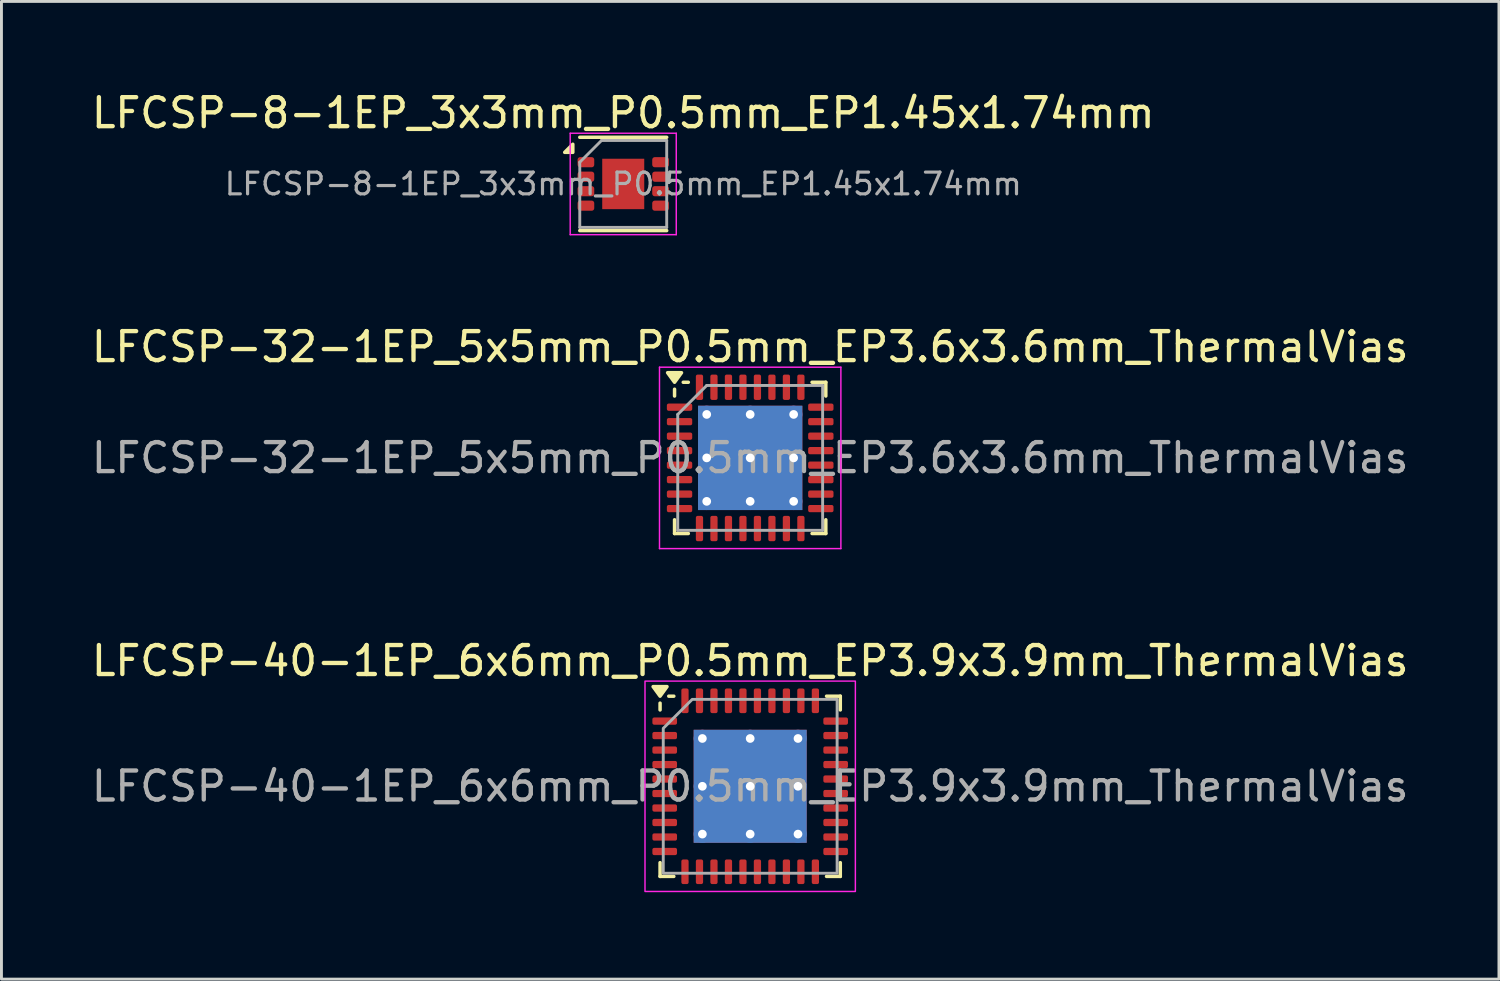
<source format=kicad_pcb>
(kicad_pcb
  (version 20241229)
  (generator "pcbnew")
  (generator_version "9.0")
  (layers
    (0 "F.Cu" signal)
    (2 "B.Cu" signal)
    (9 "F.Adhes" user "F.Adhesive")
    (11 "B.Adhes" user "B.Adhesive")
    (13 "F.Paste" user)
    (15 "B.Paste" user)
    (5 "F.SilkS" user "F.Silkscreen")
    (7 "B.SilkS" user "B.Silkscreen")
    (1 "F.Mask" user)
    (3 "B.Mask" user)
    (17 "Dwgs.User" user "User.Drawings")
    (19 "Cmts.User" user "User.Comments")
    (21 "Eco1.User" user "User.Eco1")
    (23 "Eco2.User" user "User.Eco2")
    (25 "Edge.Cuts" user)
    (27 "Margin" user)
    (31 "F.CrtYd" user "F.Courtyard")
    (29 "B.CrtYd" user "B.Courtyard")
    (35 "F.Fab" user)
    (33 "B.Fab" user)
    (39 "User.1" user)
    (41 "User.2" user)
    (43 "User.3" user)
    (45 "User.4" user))
  (footprint "LFCSP-8-1EP_3x3mm_P0.5mm_EP1.45x1.74mm"
    (layer "F.Cu")
    (at 18.458 3.298)
    (property "Reference" "LFCSP-8-1EP_3x3mm_P0.5mm_EP1.45x1.74mm" (at 0 -2.45 0) (layer "F.SilkS") (effects (font (size 1 1) (thickness 0.15))))
    (attr smd)
    (fp_line (start -1.5 -1.61) (end 1.5 -1.61) (stroke (width 0.12) (type solid)) (layer "F.SilkS"))
    (fp_line (start -1.5 1.61) (end 1.5 1.61) (stroke (width 0.12) (type solid)) (layer "F.SilkS"))
    (fp_poly (pts (xy -1.74 -1.09) (xy -2.02 -1.09) (xy -1.74 -1.37) (xy -1.74 -1.09)) (stroke (width 0.12) (type solid)) (fill yes) (layer "F.SilkS"))
    (fp_line (start -1.83 -1.75) (end -1.83 1.75) (stroke (width 0.05) (type solid)) (layer "F.CrtYd"))
    (fp_line (start -1.83 1.75) (end 1.83 1.75) (stroke (width 0.05) (type solid)) (layer "F.CrtYd"))
    (fp_line (start 1.83 -1.75) (end -1.83 -1.75) (stroke (width 0.05) (type solid)) (layer "F.CrtYd"))
    (fp_line (start 1.83 1.75) (end 1.83 -1.75) (stroke (width 0.05) (type solid)) (layer "F.CrtYd"))
    (fp_line (start -1.5 -0.75) (end -0.75 -1.5) (stroke (width 0.1) (type solid)) (layer "F.Fab"))
    (fp_line (start -1.5 1.5) (end -1.5 -0.75) (stroke (width 0.1) (type solid)) (layer "F.Fab"))
    (fp_line (start -0.75 -1.5) (end 1.5 -1.5) (stroke (width 0.1) (type solid)) (layer "F.Fab"))
    (fp_line (start 1.5 -1.5) (end 1.5 1.5) (stroke (width 0.1) (type solid)) (layer "F.Fab"))
    (fp_line (start 1.5 1.5) (end -1.5 1.5) (stroke (width 0.1) (type solid)) (layer "F.Fab"))
    (fp_text user "${REFERENCE}" (at 0 0 0) (layer "F.Fab") (effects (font (size 0.75 0.75) (thickness 0.11))))
    (pad "" smd roundrect (at -0.365 -0.435) (size 0.58 0.7) (layers "F.Paste") (roundrect_rratio 0.25))
    (pad "" smd roundrect (at -0.365 0.435) (size 0.58 0.7) (layers "F.Paste") (roundrect_rratio 0.25))
    (pad "" smd roundrect (at 0.365 -0.435) (size 0.58 0.7) (layers "F.Paste") (roundrect_rratio 0.25))
    (pad "" smd roundrect (at 0.365 0.435) (size 0.58 0.7) (layers "F.Paste") (roundrect_rratio 0.25))
    (pad "1" smd roundrect (at -1.288 -0.75) (size 0.575 0.35) (layers "F.Cu" "F.Mask" "F.Paste") (roundrect_rratio 0.25))
    (pad "2" smd roundrect (at -1.288 -0.25) (size 0.575 0.35) (layers "F.Cu" "F.Mask" "F.Paste") (roundrect_rratio 0.25))
    (pad "3" smd roundrect (at -1.288 0.25) (size 0.575 0.35) (layers "F.Cu" "F.Mask" "F.Paste") (roundrect_rratio 0.25))
    (pad "4" smd roundrect (at -1.288 0.75) (size 0.575 0.35) (layers "F.Cu" "F.Mask" "F.Paste") (roundrect_rratio 0.25))
    (pad "5" smd roundrect (at 1.288 0.75) (size 0.575 0.35) (layers "F.Cu" "F.Mask" "F.Paste") (roundrect_rratio 0.25))
    (pad "6" smd roundrect (at 1.288 0.25) (size 0.575 0.35) (layers "F.Cu" "F.Mask" "F.Paste") (roundrect_rratio 0.25))
    (pad "7" smd roundrect (at 1.288 -0.25) (size 0.575 0.35) (layers "F.Cu" "F.Mask" "F.Paste") (roundrect_rratio 0.25))
    (pad "8" smd roundrect (at 1.288 -0.75) (size 0.575 0.35) (layers "F.Cu" "F.Mask" "F.Paste") (roundrect_rratio 0.25))
    (pad "9" smd rect (at 0 0) (size 1.45 1.74) (property pad_prop_heatsink) (layers "F.Cu" "F.Mask")))
  (footprint "LFCSP-32-1EP_5x5mm_P0.5mm_EP3.6x3.6mm_ThermalVias"
    (layer "F.Cu")
    (at 22.839 12.752)
    (property "Reference" "LFCSP-32-1EP_5x5mm_P0.5mm_EP3.6x3.6mm_ThermalVias" (at 0 -3.83 0) (layer "F.SilkS") (effects (font (size 1 1) (thickness 0.15))))
    (attr smd)
    (fp_line (start -2.61 -2.135) (end -2.61 -2.37) (stroke (width 0.12) (type solid)) (layer "F.SilkS"))
    (fp_line (start -2.61 2.61) (end -2.61 2.135) (stroke (width 0.12) (type solid)) (layer "F.SilkS"))
    (fp_line (start -2.135 -2.61) (end -2.31 -2.61) (stroke (width 0.12) (type solid)) (layer "F.SilkS"))
    (fp_line (start -2.135 2.61) (end -2.61 2.61) (stroke (width 0.12) (type solid)) (layer "F.SilkS"))
    (fp_line (start 2.135 -2.61) (end 2.61 -2.61) (stroke (width 0.12) (type solid)) (layer "F.SilkS"))
    (fp_line (start 2.135 2.61) (end 2.61 2.61) (stroke (width 0.12) (type solid)) (layer "F.SilkS"))
    (fp_line (start 2.61 -2.61) (end 2.61 -2.135) (stroke (width 0.12) (type solid)) (layer "F.SilkS"))
    (fp_line (start 2.61 2.61) (end 2.61 2.135) (stroke (width 0.12) (type solid)) (layer "F.SilkS"))
    (fp_poly (pts (xy -2.61 -2.61) (xy -2.85 -2.94) (xy -2.37 -2.94) (xy -2.61 -2.61)) (stroke (width 0.12) (type solid)) (fill yes) (layer "F.SilkS"))
    (fp_line (start -3.13 -3.13) (end -3.13 3.13) (stroke (width 0.05) (type solid)) (layer "F.CrtYd"))
    (fp_line (start -3.13 3.13) (end 3.13 3.13) (stroke (width 0.05) (type solid)) (layer "F.CrtYd"))
    (fp_line (start 3.13 -3.13) (end -3.13 -3.13) (stroke (width 0.05) (type solid)) (layer "F.CrtYd"))
    (fp_line (start 3.13 3.13) (end 3.13 -3.13) (stroke (width 0.05) (type solid)) (layer "F.CrtYd"))
    (fp_line (start -2.5 -1.5) (end -1.5 -2.5) (stroke (width 0.1) (type solid)) (layer "F.Fab"))
    (fp_line (start -2.5 2.5) (end -2.5 -1.5) (stroke (width 0.1) (type solid)) (layer "F.Fab"))
    (fp_line (start -1.5 -2.5) (end 2.5 -2.5) (stroke (width 0.1) (type solid)) (layer "F.Fab"))
    (fp_line (start 2.5 -2.5) (end 2.5 2.5) (stroke (width 0.1) (type solid)) (layer "F.Fab"))
    (fp_line (start 2.5 2.5) (end -2.5 2.5) (stroke (width 0.1) (type solid)) (layer "F.Fab"))
    (fp_text user "${REFERENCE}" (at 0 0 0) (layer "F.Fab") (effects (font (size 1 1) (thickness 0.15))))
    (pad "" smd roundrect (at -0.9 -0.9) (size 1.51 1.51) (layers "F.Paste") (roundrect_rratio 0.166))
    (pad "" smd roundrect (at -0.9 0.9) (size 1.51 1.51) (layers "F.Paste") (roundrect_rratio 0.166))
    (pad "" smd roundrect (at 0.9 -0.9) (size 1.51 1.51) (layers "F.Paste") (roundrect_rratio 0.166))
    (pad "" smd roundrect (at 0.9 0.9) (size 1.51 1.51) (layers "F.Paste") (roundrect_rratio 0.166))
    (pad "1" smd roundrect (at -2.438 -1.75) (size 0.875 0.25) (layers "F.Cu" "F.Mask" "F.Paste") (roundrect_rratio 0.25))
    (pad "2" smd roundrect (at -2.438 -1.25) (size 0.875 0.25) (layers "F.Cu" "F.Mask" "F.Paste") (roundrect_rratio 0.25))
    (pad "3" smd roundrect (at -2.438 -0.75) (size 0.875 0.25) (layers "F.Cu" "F.Mask" "F.Paste") (roundrect_rratio 0.25))
    (pad "4" smd roundrect (at -2.438 -0.25) (size 0.875 0.25) (layers "F.Cu" "F.Mask" "F.Paste") (roundrect_rratio 0.25))
    (pad "5" smd roundrect (at -2.438 0.25) (size 0.875 0.25) (layers "F.Cu" "F.Mask" "F.Paste") (roundrect_rratio 0.25))
    (pad "6" smd roundrect (at -2.438 0.75) (size 0.875 0.25) (layers "F.Cu" "F.Mask" "F.Paste") (roundrect_rratio 0.25))
    (pad "7" smd roundrect (at -2.438 1.25) (size 0.875 0.25) (layers "F.Cu" "F.Mask" "F.Paste") (roundrect_rratio 0.25))
    (pad "8" smd roundrect (at -2.438 1.75) (size 0.875 0.25) (layers "F.Cu" "F.Mask" "F.Paste") (roundrect_rratio 0.25))
    (pad "9" smd roundrect (at -1.75 2.438) (size 0.25 0.875) (layers "F.Cu" "F.Mask" "F.Paste") (roundrect_rratio 0.25))
    (pad "10" smd roundrect (at -1.25 2.438) (size 0.25 0.875) (layers "F.Cu" "F.Mask" "F.Paste") (roundrect_rratio 0.25))
    (pad "11" smd roundrect (at -0.75 2.438) (size 0.25 0.875) (layers "F.Cu" "F.Mask" "F.Paste") (roundrect_rratio 0.25))
    (pad "12" smd roundrect (at -0.25 2.438) (size 0.25 0.875) (layers "F.Cu" "F.Mask" "F.Paste") (roundrect_rratio 0.25))
    (pad "13" smd roundrect (at 0.25 2.438) (size 0.25 0.875) (layers "F.Cu" "F.Mask" "F.Paste") (roundrect_rratio 0.25))
    (pad "14" smd roundrect (at 0.75 2.438) (size 0.25 0.875) (layers "F.Cu" "F.Mask" "F.Paste") (roundrect_rratio 0.25))
    (pad "15" smd roundrect (at 1.25 2.438) (size 0.25 0.875) (layers "F.Cu" "F.Mask" "F.Paste") (roundrect_rratio 0.25))
    (pad "16" smd roundrect (at 1.75 2.438) (size 0.25 0.875) (layers "F.Cu" "F.Mask" "F.Paste") (roundrect_rratio 0.25))
    (pad "17" smd roundrect (at 2.438 1.75) (size 0.875 0.25) (layers "F.Cu" "F.Mask" "F.Paste") (roundrect_rratio 0.25))
    (pad "18" smd roundrect (at 2.438 1.25) (size 0.875 0.25) (layers "F.Cu" "F.Mask" "F.Paste") (roundrect_rratio 0.25))
    (pad "19" smd roundrect (at 2.438 0.75) (size 0.875 0.25) (layers "F.Cu" "F.Mask" "F.Paste") (roundrect_rratio 0.25))
    (pad "20" smd roundrect (at 2.438 0.25) (size 0.875 0.25) (layers "F.Cu" "F.Mask" "F.Paste") (roundrect_rratio 0.25))
    (pad "21" smd roundrect (at 2.438 -0.25) (size 0.875 0.25) (layers "F.Cu" "F.Mask" "F.Paste") (roundrect_rratio 0.25))
    (pad "22" smd roundrect (at 2.438 -0.75) (size 0.875 0.25) (layers "F.Cu" "F.Mask" "F.Paste") (roundrect_rratio 0.25))
    (pad "23" smd roundrect (at 2.438 -1.25) (size 0.875 0.25) (layers "F.Cu" "F.Mask" "F.Paste") (roundrect_rratio 0.25))
    (pad "24" smd roundrect (at 2.438 -1.75) (size 0.875 0.25) (layers "F.Cu" "F.Mask" "F.Paste") (roundrect_rratio 0.25))
    (pad "25" smd roundrect (at 1.75 -2.438) (size 0.25 0.875) (layers "F.Cu" "F.Mask" "F.Paste") (roundrect_rratio 0.25))
    (pad "26" smd roundrect (at 1.25 -2.438) (size 0.25 0.875) (layers "F.Cu" "F.Mask" "F.Paste") (roundrect_rratio 0.25))
    (pad "27" smd roundrect (at 0.75 -2.438) (size 0.25 0.875) (layers "F.Cu" "F.Mask" "F.Paste") (roundrect_rratio 0.25))
    (pad "28" smd roundrect (at 0.25 -2.438) (size 0.25 0.875) (layers "F.Cu" "F.Mask" "F.Paste") (roundrect_rratio 0.25))
    (pad "29" smd roundrect (at -0.25 -2.438) (size 0.25 0.875) (layers "F.Cu" "F.Mask" "F.Paste") (roundrect_rratio 0.25))
    (pad "30" smd roundrect (at -0.75 -2.438) (size 0.25 0.875) (layers "F.Cu" "F.Mask" "F.Paste") (roundrect_rratio 0.25))
    (pad "31" smd roundrect (at -1.25 -2.438) (size 0.25 0.875) (layers "F.Cu" "F.Mask" "F.Paste") (roundrect_rratio 0.25))
    (pad "32" smd roundrect (at -1.75 -2.438) (size 0.25 0.875) (layers "F.Cu" "F.Mask" "F.Paste") (roundrect_rratio 0.25))
    (pad "33" thru_hole circle (at -1.5 -1.5) (size 0.6 0.6) (drill 0.3) (property pad_prop_heatsink) (layers "*.Cu"))
    (pad "33" thru_hole circle (at -1.5 0) (size 0.6 0.6) (drill 0.3) (property pad_prop_heatsink) (layers "*.Cu"))
    (pad "33" thru_hole circle (at -1.5 1.5) (size 0.6 0.6) (drill 0.3) (property pad_prop_heatsink) (layers "*.Cu"))
    (pad "33" thru_hole circle (at 0 -1.5) (size 0.6 0.6) (drill 0.3) (property pad_prop_heatsink) (layers "*.Cu"))
    (pad "33" thru_hole circle (at 0 0) (size 0.6 0.6) (drill 0.3) (property pad_prop_heatsink) (layers "*.Cu"))
    (pad "33" smd rect (at 0 0) (size 3.6 3.6) (property pad_prop_heatsink) (layers "F.Cu" "F.Mask"))
    (pad "33" smd rect (at 0 0) (size 3.6 3.6) (property pad_prop_heatsink) (layers "B.Cu"))
    (pad "33" thru_hole circle (at 0 1.5) (size 0.6 0.6) (drill 0.3) (property pad_prop_heatsink) (layers "*.Cu"))
    (pad "33" thru_hole circle (at 1.5 -1.5) (size 0.6 0.6) (drill 0.3) (property pad_prop_heatsink) (layers "*.Cu"))
    (pad "33" thru_hole circle (at 1.5 0) (size 0.6 0.6) (drill 0.3) (property pad_prop_heatsink) (layers "*.Cu"))
    (pad "33" thru_hole circle (at 1.5 1.5) (size 0.6 0.6) (drill 0.3) (property pad_prop_heatsink) (layers "*.Cu")))
  (footprint "LFCSP-40-1EP_6x6mm_P0.5mm_EP3.9x3.9mm_ThermalVias"
    (layer "F.Cu")
    (at 22.839 24.085)
    (property "Reference" "LFCSP-40-1EP_6x6mm_P0.5mm_EP3.9x3.9mm_ThermalVias" (at 0 -4.33 0) (layer "F.SilkS") (effects (font (size 1 1) (thickness 0.15))))
    (attr smd)
    (fp_line (start -3.11 -2.635) (end -3.11 -2.87) (stroke (width 0.12) (type solid)) (layer "F.SilkS"))
    (fp_line (start -3.11 3.11) (end -3.11 2.635) (stroke (width 0.12) (type solid)) (layer "F.SilkS"))
    (fp_line (start -2.635 -3.11) (end -2.81 -3.11) (stroke (width 0.12) (type solid)) (layer "F.SilkS"))
    (fp_line (start -2.635 3.11) (end -3.11 3.11) (stroke (width 0.12) (type solid)) (layer "F.SilkS"))
    (fp_line (start 2.635 -3.11) (end 3.11 -3.11) (stroke (width 0.12) (type solid)) (layer "F.SilkS"))
    (fp_line (start 2.635 3.11) (end 3.11 3.11) (stroke (width 0.12) (type solid)) (layer "F.SilkS"))
    (fp_line (start 3.11 -3.11) (end 3.11 -2.635) (stroke (width 0.12) (type solid)) (layer "F.SilkS"))
    (fp_line (start 3.11 3.11) (end 3.11 2.635) (stroke (width 0.12) (type solid)) (layer "F.SilkS"))
    (fp_poly (pts (xy -3.11 -3.11) (xy -3.35 -3.44) (xy -2.87 -3.44)) (stroke (width 0.12) (type solid)) (fill yes) (layer "F.SilkS"))
    (fp_rect (start -3.63 -3.63) (end 3.63 3.63) (stroke (width 0.05) (type solid)) (fill no) (layer "F.CrtYd"))
    (fp_poly (pts (xy -3 -2) (xy -3 3) (xy 3 3) (xy 3 -3) (xy -2 -3)) (stroke (width 0.1) (type solid)) (fill no) (layer "F.Fab"))
    (fp_text user "${REFERENCE}" (at 0 0 0) (layer "F.Fab") (effects (font (size 1 1) (thickness 0.15))))
    (pad "" smd custom (at -0.825 -0.825) (size 1.395 1.395) (layers "F.Paste") (options (anchor circle)) (primitives (gr_poly (pts (xy -0.579 -0.383) (xy -0.383 -0.579) (xy 0.383 -0.579) (xy 0.579 -0.383) (xy 0.579 0.383) (xy 0.383 0.579) (xy -0.383 0.579) (xy -0.579 0.383)) (width 0.474) (fill yes))))
    (pad "" smd custom (at -0.825 0.825) (size 1.395 1.395) (layers "F.Paste") (options (anchor circle)) (primitives (gr_poly (pts (xy -0.579 -0.383) (xy -0.383 -0.579) (xy 0.383 -0.579) (xy 0.579 -0.383) (xy 0.579 0.383) (xy 0.383 0.579) (xy -0.383 0.579) (xy -0.579 0.383)) (width 0.474) (fill yes))))
    (pad "" smd custom (at 0.825 -0.825) (size 1.395 1.395) (layers "F.Paste") (options (anchor circle)) (primitives (gr_poly (pts (xy -0.579 -0.383) (xy -0.383 -0.579) (xy 0.383 -0.579) (xy 0.579 -0.383) (xy 0.579 0.383) (xy 0.383 0.579) (xy -0.383 0.579) (xy -0.579 0.383)) (width 0.474) (fill yes))))
    (pad "" smd custom (at 0.825 0.825) (size 1.395 1.395) (layers "F.Paste") (options (anchor circle)) (primitives (gr_poly (pts (xy -0.579 -0.383) (xy -0.383 -0.579) (xy 0.383 -0.579) (xy 0.579 -0.383) (xy 0.579 0.383) (xy 0.383 0.579) (xy -0.383 0.579) (xy -0.579 0.383)) (width 0.474) (fill yes))))
    (pad "1" smd roundrect (at -2.95 -2.25) (size 0.85 0.25) (layers "F.Cu" "F.Mask" "F.Paste") (roundrect_rratio 0.25))
    (pad "2" smd roundrect (at -2.95 -1.75) (size 0.85 0.25) (layers "F.Cu" "F.Mask" "F.Paste") (roundrect_rratio 0.25))
    (pad "3" smd roundrect (at -2.95 -1.25) (size 0.85 0.25) (layers "F.Cu" "F.Mask" "F.Paste") (roundrect_rratio 0.25))
    (pad "4" smd roundrect (at -2.95 -0.75) (size 0.85 0.25) (layers "F.Cu" "F.Mask" "F.Paste") (roundrect_rratio 0.25))
    (pad "5" smd roundrect (at -2.95 -0.25) (size 0.85 0.25) (layers "F.Cu" "F.Mask" "F.Paste") (roundrect_rratio 0.25))
    (pad "6" smd roundrect (at -2.95 0.25) (size 0.85 0.25) (layers "F.Cu" "F.Mask" "F.Paste") (roundrect_rratio 0.25))
    (pad "7" smd roundrect (at -2.95 0.75) (size 0.85 0.25) (layers "F.Cu" "F.Mask" "F.Paste") (roundrect_rratio 0.25))
    (pad "8" smd roundrect (at -2.95 1.25) (size 0.85 0.25) (layers "F.Cu" "F.Mask" "F.Paste") (roundrect_rratio 0.25))
    (pad "9" smd roundrect (at -2.95 1.75) (size 0.85 0.25) (layers "F.Cu" "F.Mask" "F.Paste") (roundrect_rratio 0.25))
    (pad "10" smd roundrect (at -2.95 2.25) (size 0.85 0.25) (layers "F.Cu" "F.Mask" "F.Paste") (roundrect_rratio 0.25))
    (pad "11" smd roundrect (at -2.25 2.95) (size 0.25 0.85) (layers "F.Cu" "F.Mask" "F.Paste") (roundrect_rratio 0.25))
    (pad "12" smd roundrect (at -1.75 2.95) (size 0.25 0.85) (layers "F.Cu" "F.Mask" "F.Paste") (roundrect_rratio 0.25))
    (pad "13" smd roundrect (at -1.25 2.95) (size 0.25 0.85) (layers "F.Cu" "F.Mask" "F.Paste") (roundrect_rratio 0.25))
    (pad "14" smd roundrect (at -0.75 2.95) (size 0.25 0.85) (layers "F.Cu" "F.Mask" "F.Paste") (roundrect_rratio 0.25))
    (pad "15" smd roundrect (at -0.25 2.95) (size 0.25 0.85) (layers "F.Cu" "F.Mask" "F.Paste") (roundrect_rratio 0.25))
    (pad "16" smd roundrect (at 0.25 2.95) (size 0.25 0.85) (layers "F.Cu" "F.Mask" "F.Paste") (roundrect_rratio 0.25))
    (pad "17" smd roundrect (at 0.75 2.95) (size 0.25 0.85) (layers "F.Cu" "F.Mask" "F.Paste") (roundrect_rratio 0.25))
    (pad "18" smd roundrect (at 1.25 2.95) (size 0.25 0.85) (layers "F.Cu" "F.Mask" "F.Paste") (roundrect_rratio 0.25))
    (pad "19" smd roundrect (at 1.75 2.95) (size 0.25 0.85) (layers "F.Cu" "F.Mask" "F.Paste") (roundrect_rratio 0.25))
    (pad "20" smd roundrect (at 2.25 2.95) (size 0.25 0.85) (layers "F.Cu" "F.Mask" "F.Paste") (roundrect_rratio 0.25))
    (pad "21" smd roundrect (at 2.95 2.25) (size 0.85 0.25) (layers "F.Cu" "F.Mask" "F.Paste") (roundrect_rratio 0.25))
    (pad "22" smd roundrect (at 2.95 1.75) (size 0.85 0.25) (layers "F.Cu" "F.Mask" "F.Paste") (roundrect_rratio 0.25))
    (pad "23" smd roundrect (at 2.95 1.25) (size 0.85 0.25) (layers "F.Cu" "F.Mask" "F.Paste") (roundrect_rratio 0.25))
    (pad "24" smd roundrect (at 2.95 0.75) (size 0.85 0.25) (layers "F.Cu" "F.Mask" "F.Paste") (roundrect_rratio 0.25))
    (pad "25" smd roundrect (at 2.95 0.25) (size 0.85 0.25) (layers "F.Cu" "F.Mask" "F.Paste") (roundrect_rratio 0.25))
    (pad "26" smd roundrect (at 2.95 -0.25) (size 0.85 0.25) (layers "F.Cu" "F.Mask" "F.Paste") (roundrect_rratio 0.25))
    (pad "27" smd roundrect (at 2.95 -0.75) (size 0.85 0.25) (layers "F.Cu" "F.Mask" "F.Paste") (roundrect_rratio 0.25))
    (pad "28" smd roundrect (at 2.95 -1.25) (size 0.85 0.25) (layers "F.Cu" "F.Mask" "F.Paste") (roundrect_rratio 0.25))
    (pad "29" smd roundrect (at 2.95 -1.75) (size 0.85 0.25) (layers "F.Cu" "F.Mask" "F.Paste") (roundrect_rratio 0.25))
    (pad "30" smd roundrect (at 2.95 -2.25) (size 0.85 0.25) (layers "F.Cu" "F.Mask" "F.Paste") (roundrect_rratio 0.25))
    (pad "31" smd roundrect (at 2.25 -2.95) (size 0.25 0.85) (layers "F.Cu" "F.Mask" "F.Paste") (roundrect_rratio 0.25))
    (pad "32" smd roundrect (at 1.75 -2.95) (size 0.25 0.85) (layers "F.Cu" "F.Mask" "F.Paste") (roundrect_rratio 0.25))
    (pad "33" smd roundrect (at 1.25 -2.95) (size 0.25 0.85) (layers "F.Cu" "F.Mask" "F.Paste") (roundrect_rratio 0.25))
    (pad "34" smd roundrect (at 0.75 -2.95) (size 0.25 0.85) (layers "F.Cu" "F.Mask" "F.Paste") (roundrect_rratio 0.25))
    (pad "35" smd roundrect (at 0.25 -2.95) (size 0.25 0.85) (layers "F.Cu" "F.Mask" "F.Paste") (roundrect_rratio 0.25))
    (pad "36" smd roundrect (at -0.25 -2.95) (size 0.25 0.85) (layers "F.Cu" "F.Mask" "F.Paste") (roundrect_rratio 0.25))
    (pad "37" smd roundrect (at -0.75 -2.95) (size 0.25 0.85) (layers "F.Cu" "F.Mask" "F.Paste") (roundrect_rratio 0.25))
    (pad "38" smd roundrect (at -1.25 -2.95) (size 0.25 0.85) (layers "F.Cu" "F.Mask" "F.Paste") (roundrect_rratio 0.25))
    (pad "39" smd roundrect (at -1.75 -2.95) (size 0.25 0.85) (layers "F.Cu" "F.Mask" "F.Paste") (roundrect_rratio 0.25))
    (pad "40" smd roundrect (at -2.25 -2.95) (size 0.25 0.85) (layers "F.Cu" "F.Mask" "F.Paste") (roundrect_rratio 0.25))
    (pad "41" thru_hole circle (at -1.65 -1.65) (size 0.6 0.6) (drill 0.3) (property pad_prop_heatsink) (layers "*.Cu"))
    (pad "41" thru_hole circle (at -1.65 0) (size 0.6 0.6) (drill 0.3) (property pad_prop_heatsink) (layers "*.Cu"))
    (pad "41" thru_hole circle (at -1.65 1.65) (size 0.6 0.6) (drill 0.3) (property pad_prop_heatsink) (layers "*.Cu"))
    (pad "41" thru_hole circle (at 0 -1.65) (size 0.6 0.6) (drill 0.3) (property pad_prop_heatsink) (layers "*.Cu"))
    (pad "41" thru_hole circle (at 0 0) (size 0.6 0.6) (drill 0.3) (property pad_prop_heatsink) (layers "*.Cu"))
    (pad "41" smd rect (at 0 0) (size 3.9 3.9) (property pad_prop_heatsink) (layers "F.Cu" "F.Mask"))
    (pad "41" smd rect (at 0 0) (size 3.9 3.9) (property pad_prop_heatsink) (layers "B.Cu"))
    (pad "41" thru_hole circle (at 0 1.65) (size 0.6 0.6) (drill 0.3) (property pad_prop_heatsink) (layers "*.Cu"))
    (pad "41" thru_hole circle (at 1.65 -1.65) (size 0.6 0.6) (drill 0.3) (property pad_prop_heatsink) (layers "*.Cu"))
    (pad "41" thru_hole circle (at 1.65 0) (size 0.6 0.6) (drill 0.3) (property pad_prop_heatsink) (layers "*.Cu"))
    (pad "41" thru_hole circle (at 1.65 1.65) (size 0.6 0.6) (drill 0.3) (property pad_prop_heatsink) (layers "*.Cu")))
  (gr_rect
    (start -3 -3)
    (end 48.679 30.74)
    (stroke (width 0.1) (type default))
    (fill no)
    (layer "Edge.Cuts")))
</source>
